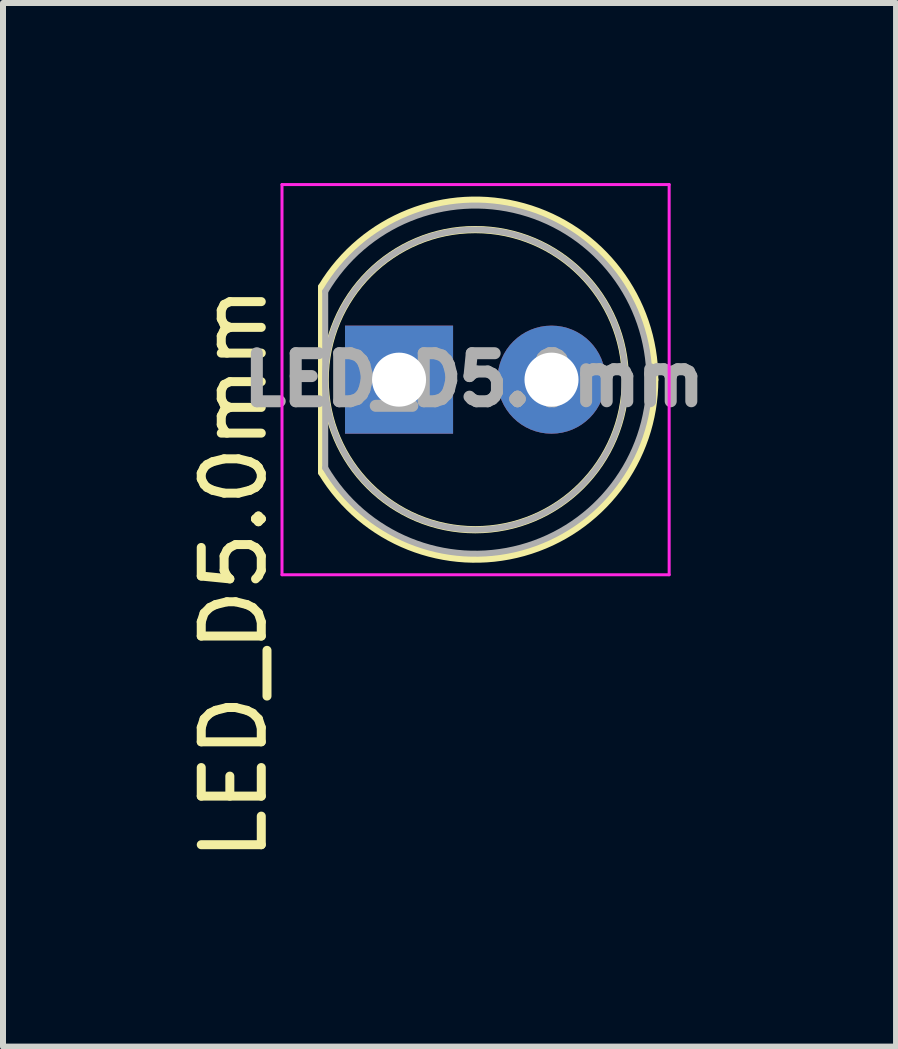
<source format=kicad_pcb>
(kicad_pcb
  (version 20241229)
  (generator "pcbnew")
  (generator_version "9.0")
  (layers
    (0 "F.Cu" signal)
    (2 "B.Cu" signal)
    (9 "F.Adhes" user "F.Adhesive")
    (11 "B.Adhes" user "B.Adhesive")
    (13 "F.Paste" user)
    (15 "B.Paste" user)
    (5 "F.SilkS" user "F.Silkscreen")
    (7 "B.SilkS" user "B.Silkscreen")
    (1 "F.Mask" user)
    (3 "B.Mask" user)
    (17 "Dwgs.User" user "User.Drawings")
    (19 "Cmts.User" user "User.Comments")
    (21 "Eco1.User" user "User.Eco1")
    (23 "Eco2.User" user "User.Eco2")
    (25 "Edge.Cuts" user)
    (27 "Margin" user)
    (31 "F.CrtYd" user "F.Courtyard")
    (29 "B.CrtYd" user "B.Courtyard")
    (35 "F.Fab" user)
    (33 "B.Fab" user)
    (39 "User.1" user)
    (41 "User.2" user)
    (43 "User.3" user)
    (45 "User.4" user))
  (footprint "LED_D5.0mm"
    (layer "F.Cu")
    (at 3.598 3.275)
    (property "Reference" "LED_D5.0mm" (at -2.75 3.224 90) (layer "F.SilkS") (effects (font (size 1 1) (thickness 0.15))))
    (attr through_hole)
    (fp_line (start -1.29 -1.545) (end -1.29 1.545) (stroke (width 0.12) (type solid)) (layer "F.SilkS"))
    (fp_arc (start -1.29 -1.54483) (mid 2.072002 -2.880433) (end 4.26 0.000462) (stroke (width 0.12) (type solid)) (layer "F.SilkS"))
    (fp_arc (start 4.26 -0.000462) (mid 2.072002 2.880433) (end -1.29 1.54483) (stroke (width 0.12) (type solid)) (layer "F.SilkS"))
    (fp_circle (center 1.27 0) (end 3.77 0) (stroke (width 0.12) (type solid)) (fill no) (layer "F.SilkS"))
    (fp_line (start -1.95 -3.25) (end -1.95 3.25) (stroke (width 0.05) (type solid)) (layer "F.CrtYd"))
    (fp_line (start -1.95 3.25) (end 4.5 3.25) (stroke (width 0.05) (type solid)) (layer "F.CrtYd"))
    (fp_line (start 4.5 -3.25) (end -1.95 -3.25) (stroke (width 0.05) (type solid)) (layer "F.CrtYd"))
    (fp_line (start 4.5 3.25) (end 4.5 -3.25) (stroke (width 0.05) (type solid)) (layer "F.CrtYd"))
    (fp_line (start -1.23 -1.47) (end -1.23 1.47) (stroke (width 0.1) (type solid)) (layer "F.Fab"))
    (fp_arc (start -1.23 -1.469694) (mid 4.17 0.000016) (end -1.230016 1.469666) (stroke (width 0.1) (type solid)) (layer "F.Fab"))
    (fp_circle (center 1.27 0) (end 3.77 0) (stroke (width 0.1) (type solid)) (fill no) (layer "F.Fab"))
    (fp_text user "${REFERENCE}" (at 1.25 0 180) (layer "F.Fab") (effects (font (size 0.8 0.8) (thickness 0.2))))
    (pad "1" thru_hole rect (at 0 0) (size 1.8 1.8) (drill 0.9) (layers "*.Cu" "*.Mask"))
    (pad "2" thru_hole circle (at 2.54 0) (size 1.8 1.8) (drill 0.9) (layers "*.Cu" "*.Mask")))
  (gr_rect
    (start -3 -3)
    (end 11.878 14.386)
    (stroke (width 0.1) (type default))
    (fill no)
    (layer "Edge.Cuts")))
</source>
